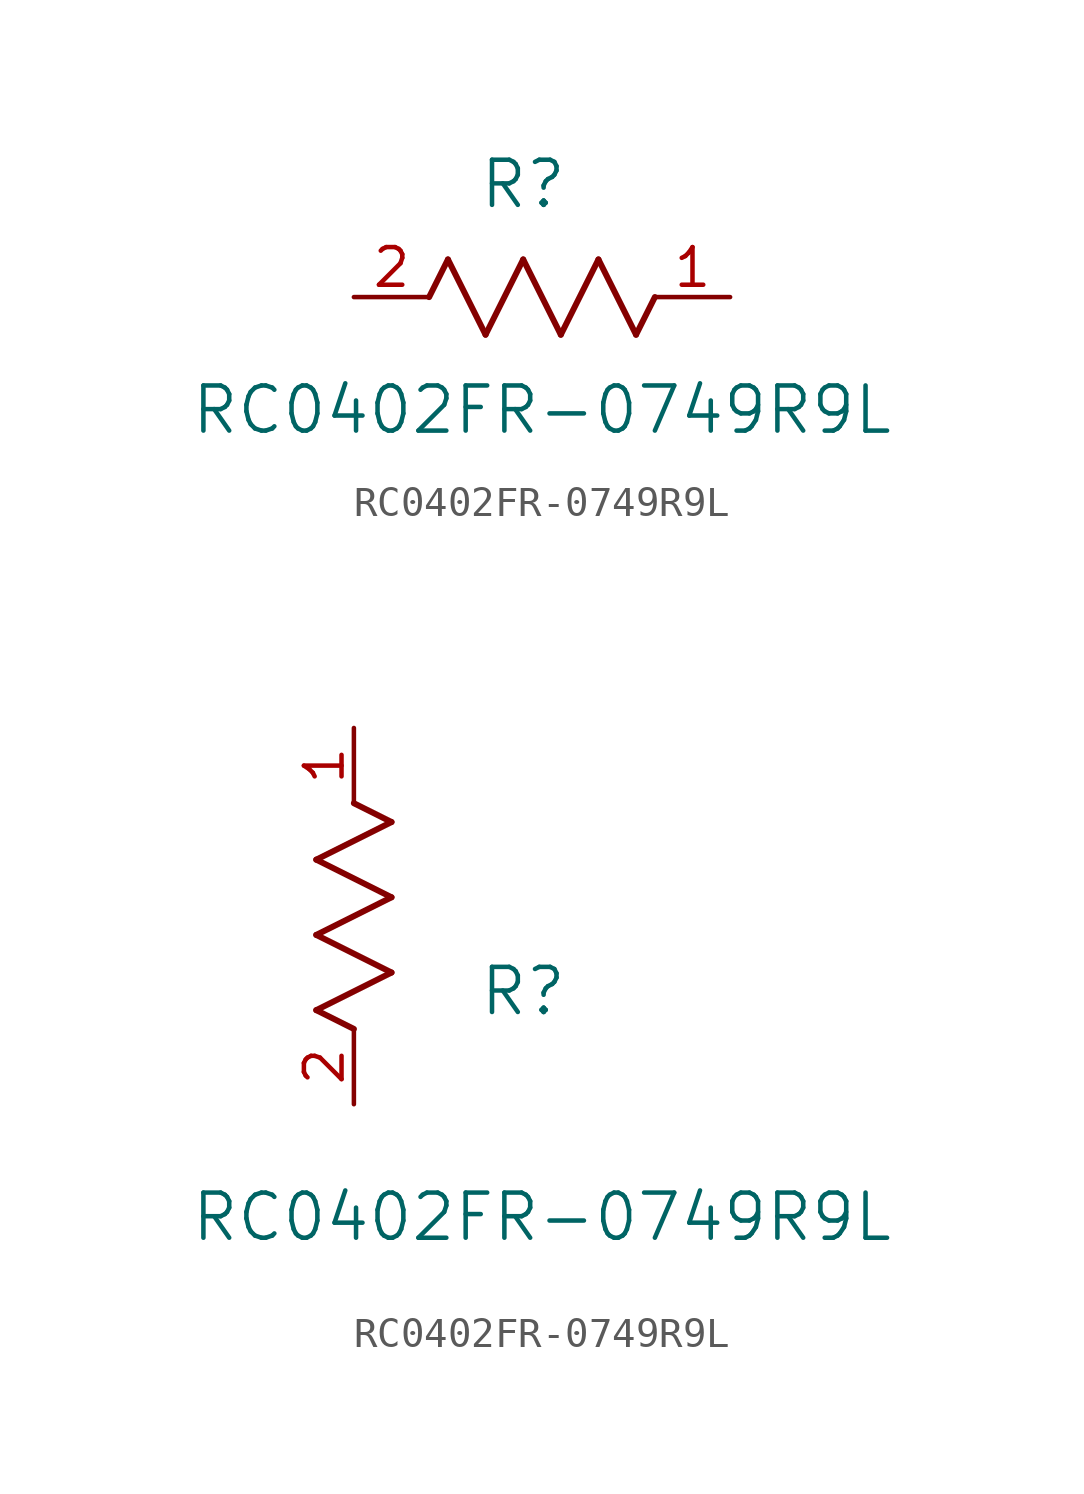
<source format=kicad_sym>
(kicad_symbol_lib
  (version 20211014)
  (generator kicad_symbol_editor)
  (symbol "RC0402FR-0749R9L"
    (pin_names
      (offset 0.254))
    (property "Reference" "R"
      (at 5.715 3.81 0)
      (effects (font (size 1.524 1.524))))
    (property "Value" "RC0402FR-0749R9L"
      (at 6.35 -3.81 0)
      (effects (font (size 1.524 1.524))))
    (symbol "RC0402FR-0749R9L_1_1"
      (polyline (pts (xy 3.175 1.27) (xy 4.445 -1.27)) (stroke (width 0.203) (type default) (color 0 0 0 0)) (fill (type none)))
      (polyline (pts (xy 4.445 -1.27) (xy 5.715 1.27)) (stroke (width 0.203) (type default) (color 0 0 0 0)) (fill (type none)))
      (polyline (pts (xy 5.715 1.27) (xy 6.985 -1.27)) (stroke (width 0.203) (type default) (color 0 0 0 0)) (fill (type none)))
      (polyline (pts (xy 6.985 -1.27) (xy 8.255 1.27)) (stroke (width 0.203) (type default) (color 0 0 0 0)) (fill (type none)))
      (polyline (pts (xy 8.255 1.27) (xy 9.525 -1.27)) (stroke (width 0.203) (type default) (color 0 0 0 0)) (fill (type none)))
      (polyline (pts (xy 2.54 0) (xy 3.175 1.27)) (stroke (width 0.203) (type default) (color 0 0 0 0)) (fill (type none)))
      (polyline (pts (xy 9.525 -1.27) (xy 10.16 0)) (stroke (width 0.203) (type default) (color 0 0 0 0)) (fill (type none)))
      (pin unspecified line (at 12.7 0 180) (length 2.54) (name "" (effects (font (size 1.27 1.27)))) (number "1" (effects (font (size 1.27 1.27)))))
      (pin unspecified line (at 0 0 0) (length 2.54) (name "" (effects (font (size 1.27 1.27)))) (number "2" (effects (font (size 1.27 1.27))))))
    (symbol "RC0402FR-0749R9L_1_2"
      (polyline (pts (xy 0 2.54) (xy -1.27 3.175)) (stroke (width 0.203) (type default) (color 0 0 0 0)) (fill (type none)))
      (polyline (pts (xy -1.27 3.175) (xy 1.27 4.445)) (stroke (width 0.203) (type default) (color 0 0 0 0)) (fill (type none)))
      (polyline (pts (xy 1.27 4.445) (xy -1.27 5.715)) (stroke (width 0.203) (type default) (color 0 0 0 0)) (fill (type none)))
      (polyline (pts (xy -1.27 5.715) (xy 1.27 6.985)) (stroke (width 0.203) (type default) (color 0 0 0 0)) (fill (type none)))
      (polyline (pts (xy -1.27 8.255) (xy 1.27 9.525)) (stroke (width 0.203) (type default) (color 0 0 0 0)) (fill (type none)))
      (polyline (pts (xy 1.27 9.525) (xy 0 10.16)) (stroke (width 0.203) (type default) (color 0 0 0 0)) (fill (type none)))
      (polyline (pts (xy 1.27 6.985) (xy -1.27 8.255)) (stroke (width 0.203) (type default) (color 0 0 0 0)) (fill (type none)))
      (pin unspecified line (at 0 12.7 270) (length 2.54) (name "" (effects (font (size 1.27 1.27)))) (number "1" (effects (font (size 1.27 1.27)))))
      (pin unspecified line (at 0 0 90) (length 2.54) (name "" (effects (font (size 1.27 1.27)))) (number "2" (effects (font (size 1.27 1.27))))))))
</source>
